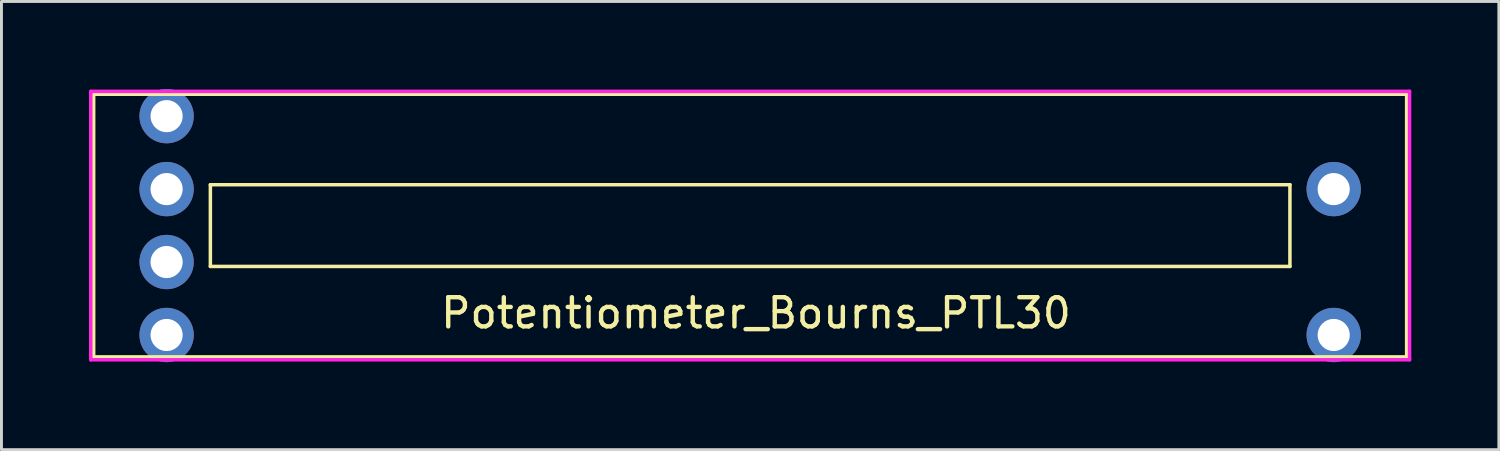
<source format=kicad_pcb>
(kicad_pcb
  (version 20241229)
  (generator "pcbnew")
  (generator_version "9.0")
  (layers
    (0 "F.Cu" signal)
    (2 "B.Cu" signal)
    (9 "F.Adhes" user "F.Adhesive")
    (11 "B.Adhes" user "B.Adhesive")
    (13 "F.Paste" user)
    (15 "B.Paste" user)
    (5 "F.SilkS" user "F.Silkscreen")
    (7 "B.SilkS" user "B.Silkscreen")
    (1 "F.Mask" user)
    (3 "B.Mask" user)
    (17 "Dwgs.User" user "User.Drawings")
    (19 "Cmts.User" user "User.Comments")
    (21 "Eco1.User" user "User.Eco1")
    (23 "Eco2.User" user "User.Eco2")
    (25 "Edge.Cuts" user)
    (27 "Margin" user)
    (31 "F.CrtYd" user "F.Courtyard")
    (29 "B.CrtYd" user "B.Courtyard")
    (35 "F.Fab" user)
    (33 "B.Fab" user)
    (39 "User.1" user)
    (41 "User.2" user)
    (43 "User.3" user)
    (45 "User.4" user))
  (footprint "Potentiometer_Bourns_PTL30"
    (layer "F.Cu")
    (at 22.66 4.681)
    (property "Reference" "Potentiometer_Bourns_PTL30" (at 0.2 3 0) (layer "F.SilkS") (effects (font (size 1 1) (thickness 0.15))))
    (attr through_hole)
    (fp_line (start -22.5 -4.5) (end 22.5 -4.5) (stroke (width 0.12) (type solid)) (layer "F.SilkS"))
    (fp_line (start -22.5 4.5) (end -22.5 -4.5) (stroke (width 0.12) (type solid)) (layer "F.SilkS"))
    (fp_line (start -18.5 -1.4) (end -18.5 1.4) (stroke (width 0.12) (type solid)) (layer "F.SilkS"))
    (fp_line (start -18.5 -1.4) (end 18.5 -1.4) (stroke (width 0.12) (type solid)) (layer "F.SilkS"))
    (fp_line (start -18.5 1.4) (end 18.5 1.4) (stroke (width 0.12) (type solid)) (layer "F.SilkS"))
    (fp_line (start 18.5 -1.4) (end 18.5 1.4) (stroke (width 0.12) (type solid)) (layer "F.SilkS"))
    (fp_line (start 22.5 -4.5) (end 22.5 4.5) (stroke (width 0.12) (type solid)) (layer "F.SilkS"))
    (fp_line (start 22.5 4.5) (end -22.5 4.5) (stroke (width 0.12) (type solid)) (layer "F.SilkS"))
    (fp_line (start -22.6 -4.6) (end -22.6 4.6) (stroke (width 0.12) (type solid)) (layer "F.CrtYd"))
    (fp_line (start -22.6 -4.6) (end 22.6 -4.6) (stroke (width 0.12) (type solid)) (layer "F.CrtYd"))
    (fp_line (start -22.6 4.6) (end 22.6 4.6) (stroke (width 0.12) (type solid)) (layer "F.CrtYd"))
    (fp_line (start 22.6 -4.6) (end 22.6 4.6) (stroke (width 0.12) (type solid)) (layer "F.CrtYd"))
    (pad "1" thru_hole circle (at -20 -1.25) (size 1.862 1.862) (drill 1.1) (layers "*.Cu" "*.Mask"))
    (pad "2" thru_hole circle (at -20 -3.75) (size 1.862 1.862) (drill 1.1) (layers "*.Cu" "*.Mask"))
    (pad "3" thru_hole circle (at 20 -1.25) (size 1.862 1.862) (drill 1.1) (layers "*.Cu" "*.Mask"))
    (pad "B" thru_hole circle (at 20 3.75) (size 1.862 1.862) (drill 1.1) (layers "*.Cu" "*.Mask"))
    (pad "E" thru_hole circle (at -20 3.75) (size 1.862 1.862) (drill 1.1) (layers "*.Cu" "*.Mask"))
    (pad "L" thru_hole circle (at -20 1.25) (size 1.862 1.862) (drill 1.1) (layers "*.Cu" "*.Mask")))
  (gr_rect
    (start -3 -3)
    (end 48.32 12.362)
    (stroke (width 0.1) (type default))
    (fill no)
    (layer "Edge.Cuts")))
</source>
